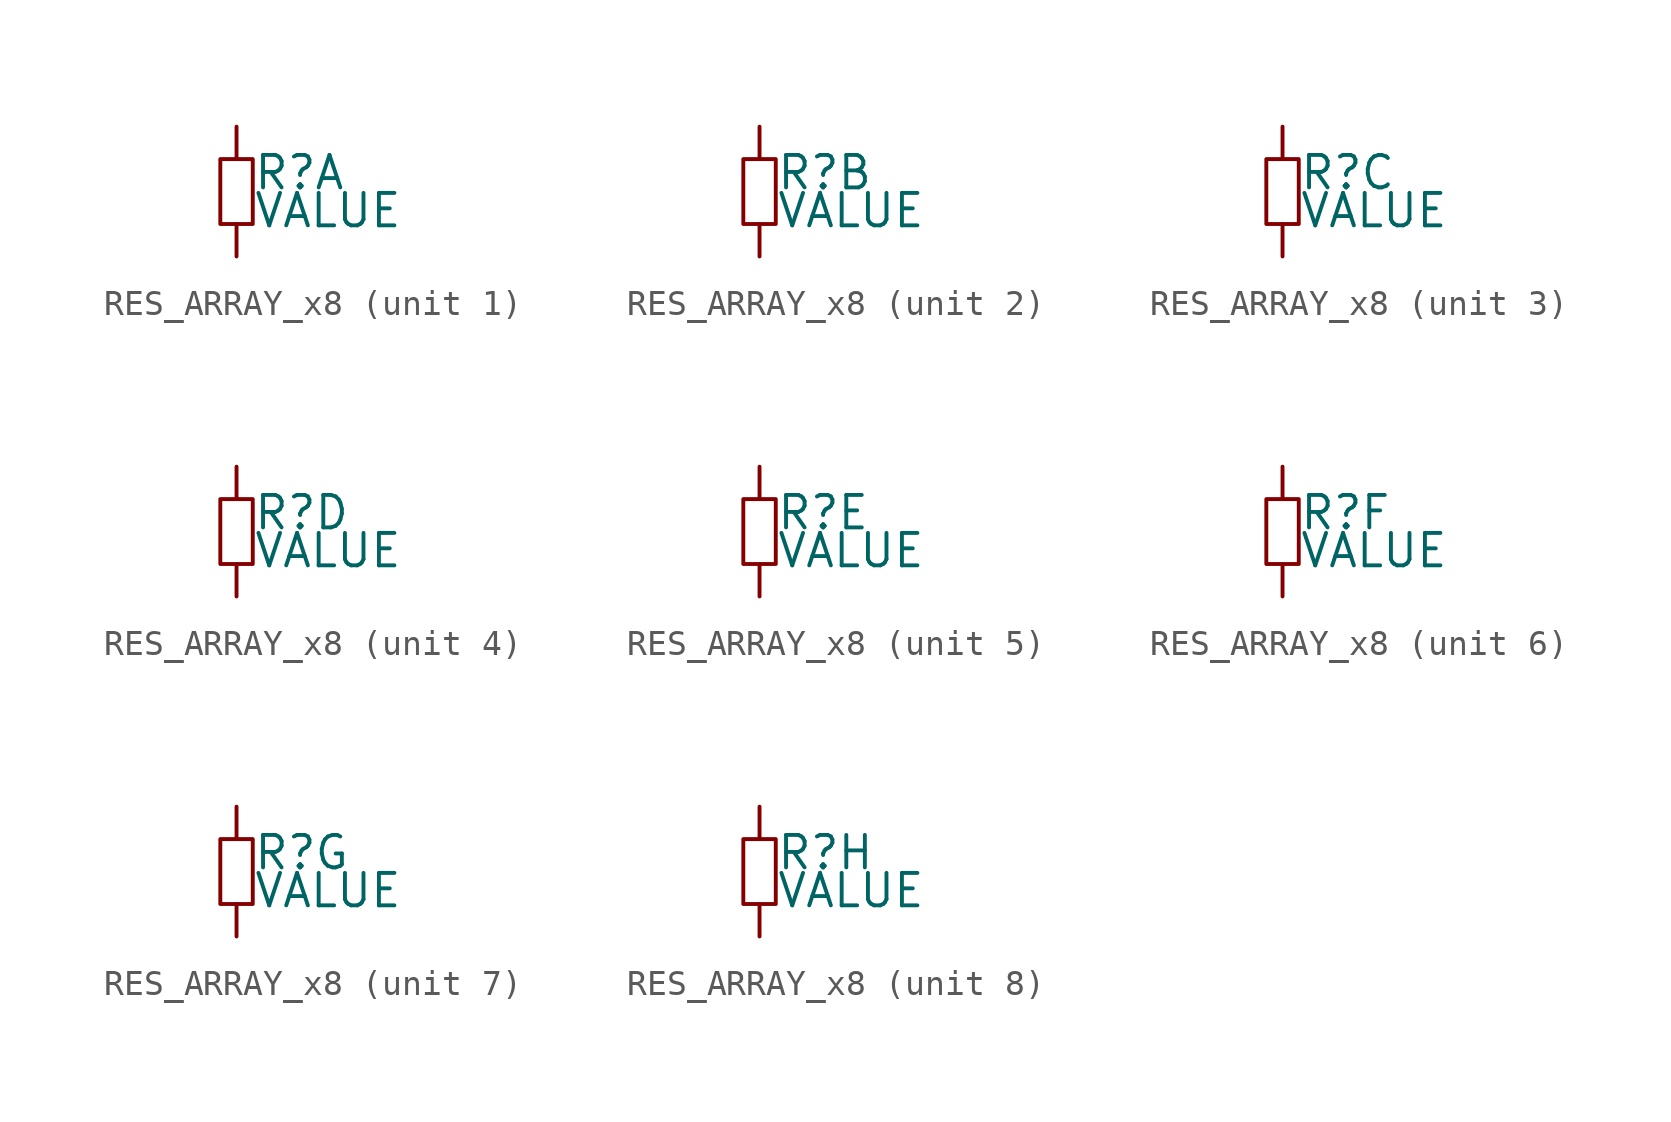
<source format=kicad_sym>
(kicad_symbol_lib
  (version 20220914)
  (generator kicad_symbol_editor)
  (symbol "RES_ARRAY_x8"
    (property "Reference" "R"
      (at 0.635 0 0)
      (effects (font (size 1.27 1.27)) (justify left bottom)))
    (property "Value" "VALUE"
      (at 0.635 0 0)
      (effects (font (size 1.27 1.27)) (justify left top)))
    (property "ki_locked" ""
      (at 0 0 0)
      (effects (font (size 1.27 1.27))))
    (symbol "RES_ARRAY_x8_0_1"
      (polyline (pts (xy -0.635 1.27) (xy -0.635 -1.27) (xy 0.635 -1.27) (xy 0.635 1.27) (xy -0.635 1.27)) (stroke (width 0) (type default)) (fill (type none))))
    (symbol "RES_ARRAY_x8_1_1"
      (pin passive line (at 0 -2.54 90) (length 1.27) (name "" (effects (font (size 0 0)))) (number "1" (effects (font (size 0 0)))))
      (pin passive line (at 0 2.54 270) (length 1.27) (name "" (effects (font (size 0 0)))) (number "16" (effects (font (size 0 0))))))
    (symbol "RES_ARRAY_x8_2_1"
      (pin passive line (at 0 2.54 270) (length 1.27) (name "" (effects (font (size 0 0)))) (number "15" (effects (font (size 0 0)))))
      (pin passive line (at 0 -2.54 90) (length 1.27) (name "" (effects (font (size 0 0)))) (number "2" (effects (font (size 0 0))))))
    (symbol "RES_ARRAY_x8_3_1"
      (pin passive line (at 0 2.54 270) (length 1.27) (name "" (effects (font (size 0 0)))) (number "14" (effects (font (size 0 0)))))
      (pin passive line (at 0 -2.54 90) (length 1.27) (name "" (effects (font (size 0 0)))) (number "3" (effects (font (size 0 0))))))
    (symbol "RES_ARRAY_x8_4_1"
      (pin passive line (at 0 2.54 270) (length 1.27) (name "" (effects (font (size 0 0)))) (number "13" (effects (font (size 0 0)))))
      (pin passive line (at 0 -2.54 90) (length 1.27) (name "" (effects (font (size 0 0)))) (number "4" (effects (font (size 0 0))))))
    (symbol "RES_ARRAY_x8_5_1"
      (pin passive line (at 0 2.54 270) (length 1.27) (name "" (effects (font (size 0 0)))) (number "12" (effects (font (size 0 0)))))
      (pin passive line (at 0 -2.54 90) (length 1.27) (name "" (effects (font (size 0 0)))) (number "5" (effects (font (size 0 0))))))
    (symbol "RES_ARRAY_x8_6_1"
      (pin passive line (at 0 2.54 270) (length 1.27) (name "" (effects (font (size 0 0)))) (number "11" (effects (font (size 0 0)))))
      (pin passive line (at 0 -2.54 90) (length 1.27) (name "" (effects (font (size 0 0)))) (number "6" (effects (font (size 0 0))))))
    (symbol "RES_ARRAY_x8_7_1"
      (pin passive line (at 0 2.54 270) (length 1.27) (name "" (effects (font (size 0 0)))) (number "10" (effects (font (size 0 0)))))
      (pin passive line (at 0 -2.54 90) (length 1.27) (name "" (effects (font (size 0 0)))) (number "7" (effects (font (size 0 0))))))
    (symbol "RES_ARRAY_x8_8_1"
      (pin passive line (at 0 -2.54 90) (length 1.27) (name "" (effects (font (size 0 0)))) (number "8" (effects (font (size 0 0)))))
      (pin passive line (at 0 2.54 270) (length 1.27) (name "" (effects (font (size 0 0)))) (number "9" (effects (font (size 0 0))))))))
</source>
